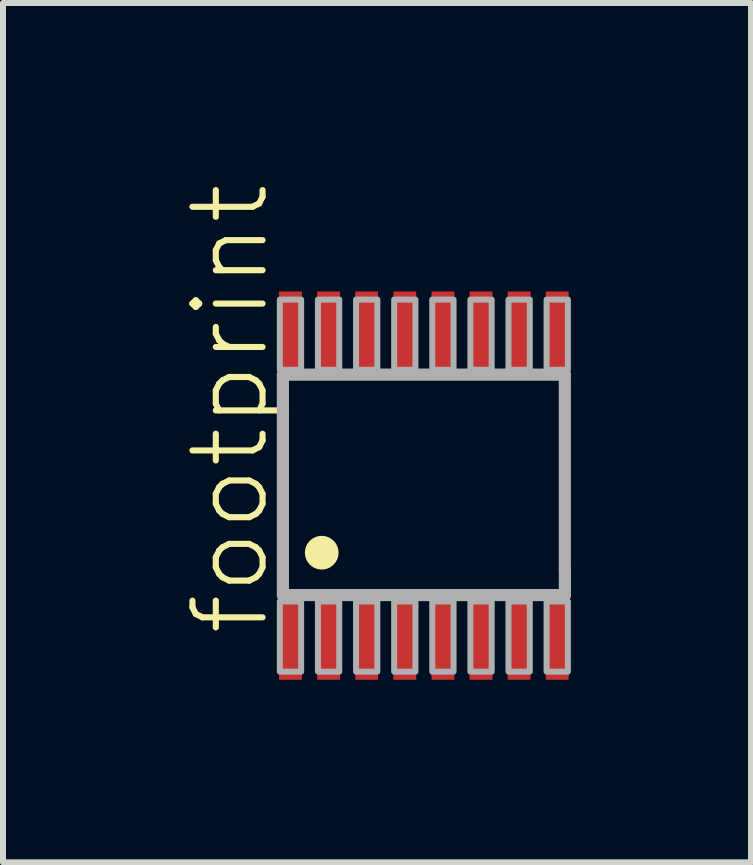
<source format=kicad_pcb>
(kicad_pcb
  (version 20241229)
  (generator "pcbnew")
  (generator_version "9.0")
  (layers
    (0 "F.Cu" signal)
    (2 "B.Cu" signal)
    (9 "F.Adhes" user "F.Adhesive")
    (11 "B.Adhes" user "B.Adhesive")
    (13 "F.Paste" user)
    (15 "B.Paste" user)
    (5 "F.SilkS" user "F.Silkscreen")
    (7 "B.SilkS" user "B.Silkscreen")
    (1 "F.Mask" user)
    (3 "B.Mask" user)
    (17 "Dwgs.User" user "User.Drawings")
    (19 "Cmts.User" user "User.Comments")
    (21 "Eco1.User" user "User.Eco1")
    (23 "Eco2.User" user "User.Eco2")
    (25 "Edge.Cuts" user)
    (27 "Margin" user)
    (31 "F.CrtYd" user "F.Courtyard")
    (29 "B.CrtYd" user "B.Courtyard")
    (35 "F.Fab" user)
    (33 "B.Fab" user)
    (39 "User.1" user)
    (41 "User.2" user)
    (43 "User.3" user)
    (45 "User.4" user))
  (footprint "footprint"
    (layer "F.Cu")
    (at 4.013 5.042)
    (property "Reference" "footprint" (at -2.54 2.54 90) (layer "F.SilkS") (effects (font (size 1.168 1.168) (thickness 0.102)) (justify left bottom)))
    (fp_poly (pts (xy -2.438 3.277) (xy -2.007 3.277) (xy -2.007 1.93) (xy -2.438 1.93)) (stroke (width 0) (type solid)) (fill yes) (layer "F.Mask"))
    (fp_poly (pts (xy -2.388 3.175) (xy -2.057 3.175) (xy -2.057 2.007) (xy -2.388 2.007)) (stroke (width 0) (type solid)) (fill yes) (layer "F.Mask"))
    (fp_poly (pts (xy -2.057 -3.175) (xy -2.388 -3.175) (xy -2.388 -2.007) (xy -2.057 -2.007)) (stroke (width 0) (type solid)) (fill yes) (layer "F.Mask"))
    (fp_poly (pts (xy -2.007 -3.277) (xy -2.438 -3.277) (xy -2.438 -1.93) (xy -2.007 -1.93)) (stroke (width 0) (type solid)) (fill yes) (layer "F.Mask"))
    (fp_poly (pts (xy -1.803 3.277) (xy -1.372 3.277) (xy -1.372 1.93) (xy -1.803 1.93)) (stroke (width 0) (type solid)) (fill yes) (layer "F.Mask"))
    (fp_poly (pts (xy -1.753 3.175) (xy -1.422 3.175) (xy -1.422 2.007) (xy -1.753 2.007)) (stroke (width 0) (type solid)) (fill yes) (layer "F.Mask"))
    (fp_poly (pts (xy -1.422 -3.175) (xy -1.753 -3.175) (xy -1.753 -2.007) (xy -1.422 -2.007)) (stroke (width 0) (type solid)) (fill yes) (layer "F.Mask"))
    (fp_poly (pts (xy -1.372 -3.277) (xy -1.803 -3.277) (xy -1.803 -1.93) (xy -1.372 -1.93)) (stroke (width 0) (type solid)) (fill yes) (layer "F.Mask"))
    (fp_poly (pts (xy -1.168 3.277) (xy -0.737 3.277) (xy -0.737 1.93) (xy -1.168 1.93)) (stroke (width 0) (type solid)) (fill yes) (layer "F.Mask"))
    (fp_poly (pts (xy -1.118 3.175) (xy -0.787 3.175) (xy -0.787 2.007) (xy -1.118 2.007)) (stroke (width 0) (type solid)) (fill yes) (layer "F.Mask"))
    (fp_poly (pts (xy -0.787 -3.175) (xy -1.118 -3.175) (xy -1.118 -2.007) (xy -0.787 -2.007)) (stroke (width 0) (type solid)) (fill yes) (layer "F.Mask"))
    (fp_poly (pts (xy -0.737 -3.277) (xy -1.168 -3.277) (xy -1.168 -1.93) (xy -0.737 -1.93)) (stroke (width 0) (type solid)) (fill yes) (layer "F.Mask"))
    (fp_poly (pts (xy -0.533 3.277) (xy -0.102 3.277) (xy -0.102 1.93) (xy -0.533 1.93)) (stroke (width 0) (type solid)) (fill yes) (layer "F.Mask"))
    (fp_poly (pts (xy -0.483 3.175) (xy -0.152 3.175) (xy -0.152 2.007) (xy -0.483 2.007)) (stroke (width 0) (type solid)) (fill yes) (layer "F.Mask"))
    (fp_poly (pts (xy -0.152 -3.175) (xy -0.483 -3.175) (xy -0.483 -2.007) (xy -0.152 -2.007)) (stroke (width 0) (type solid)) (fill yes) (layer "F.Mask"))
    (fp_poly (pts (xy -0.102 -3.277) (xy -0.533 -3.277) (xy -0.533 -1.93) (xy -0.102 -1.93)) (stroke (width 0) (type solid)) (fill yes) (layer "F.Mask"))
    (fp_poly (pts (xy 0.102 3.277) (xy 0.533 3.277) (xy 0.533 1.93) (xy 0.102 1.93)) (stroke (width 0) (type solid)) (fill yes) (layer "F.Mask"))
    (fp_poly (pts (xy 0.152 3.175) (xy 0.483 3.175) (xy 0.483 2.007) (xy 0.152 2.007)) (stroke (width 0) (type solid)) (fill yes) (layer "F.Mask"))
    (fp_poly (pts (xy 0.483 -3.175) (xy 0.152 -3.175) (xy 0.152 -2.007) (xy 0.483 -2.007)) (stroke (width 0) (type solid)) (fill yes) (layer "F.Mask"))
    (fp_poly (pts (xy 0.533 -3.277) (xy 0.102 -3.277) (xy 0.102 -1.93) (xy 0.533 -1.93)) (stroke (width 0) (type solid)) (fill yes) (layer "F.Mask"))
    (fp_poly (pts (xy 0.737 3.277) (xy 1.168 3.277) (xy 1.168 1.93) (xy 0.737 1.93)) (stroke (width 0) (type solid)) (fill yes) (layer "F.Mask"))
    (fp_poly (pts (xy 0.787 3.175) (xy 1.118 3.175) (xy 1.118 2.007) (xy 0.787 2.007)) (stroke (width 0) (type solid)) (fill yes) (layer "F.Mask"))
    (fp_poly (pts (xy 1.118 -3.175) (xy 0.787 -3.175) (xy 0.787 -2.007) (xy 1.118 -2.007)) (stroke (width 0) (type solid)) (fill yes) (layer "F.Mask"))
    (fp_poly (pts (xy 1.168 -3.277) (xy 0.737 -3.277) (xy 0.737 -1.93) (xy 1.168 -1.93)) (stroke (width 0) (type solid)) (fill yes) (layer "F.Mask"))
    (fp_poly (pts (xy 1.372 3.277) (xy 1.803 3.277) (xy 1.803 1.93) (xy 1.372 1.93)) (stroke (width 0) (type solid)) (fill yes) (layer "F.Mask"))
    (fp_poly (pts (xy 1.422 3.175) (xy 1.753 3.175) (xy 1.753 2.007) (xy 1.422 2.007)) (stroke (width 0) (type solid)) (fill yes) (layer "F.Mask"))
    (fp_poly (pts (xy 1.753 -3.175) (xy 1.422 -3.175) (xy 1.422 -2.007) (xy 1.753 -2.007)) (stroke (width 0) (type solid)) (fill yes) (layer "F.Mask"))
    (fp_poly (pts (xy 1.803 -3.277) (xy 1.372 -3.277) (xy 1.372 -1.93) (xy 1.803 -1.93)) (stroke (width 0) (type solid)) (fill yes) (layer "F.Mask"))
    (fp_poly (pts (xy 2.007 3.277) (xy 2.438 3.277) (xy 2.438 1.93) (xy 2.007 1.93)) (stroke (width 0) (type solid)) (fill yes) (layer "F.Mask"))
    (fp_poly (pts (xy 2.057 3.175) (xy 2.388 3.175) (xy 2.388 2.007) (xy 2.057 2.007)) (stroke (width 0) (type solid)) (fill yes) (layer "F.Mask"))
    (fp_poly (pts (xy 2.388 -3.175) (xy 2.057 -3.175) (xy 2.057 -2.007) (xy 2.388 -2.007)) (stroke (width 0) (type solid)) (fill yes) (layer "F.Mask"))
    (fp_poly (pts (xy 2.438 -3.277) (xy 2.007 -3.277) (xy 2.007 -1.93) (xy 2.438 -1.93)) (stroke (width 0) (type solid)) (fill yes) (layer "F.Mask"))
    (fp_circle (center -1.702 1.118) (end -1.562 1.118) (stroke (width 0.281) (type solid)) (fill yes) (layer "F.SilkS"))
    (fp_line (start -2.349 -1.849) (end 2.349 -1.849) (stroke (width 0.203) (type solid)) (layer "F.Fab"))
    (fp_line (start -2.349 1.824) (end -2.349 -1.849) (stroke (width 0.203) (type solid)) (layer "F.Fab"))
    (fp_line (start 2.349 -1.849) (end 2.349 1.4) (stroke (width 0.203) (type solid)) (layer "F.Fab"))
    (fp_line (start 2.349 1.824) (end -2.349 1.824) (stroke (width 0.203) (type solid)) (layer "F.Fab"))
    (fp_line (start 2.35 1.824) (end 2.35 1.4) (stroke (width 0.203) (type solid)) (layer "F.Fab"))
    (fp_poly (pts (xy -2.4 3.1) (xy -2.045 3.1) (xy -2.045 1.93) (xy -2.4 1.93)) (stroke (width 0.1) (type solid)) (fill no) (layer "F.Fab"))
    (fp_poly (pts (xy -2.045 -3.1) (xy -2.4 -3.1) (xy -2.4 -1.93) (xy -2.045 -1.93)) (stroke (width 0.1) (type solid)) (fill no) (layer "F.Fab"))
    (fp_poly (pts (xy -1.765 3.1) (xy -1.41 3.1) (xy -1.41 1.93) (xy -1.765 1.93)) (stroke (width 0.1) (type solid)) (fill no) (layer "F.Fab"))
    (fp_poly (pts (xy -1.41 -3.1) (xy -1.765 -3.1) (xy -1.765 -1.93) (xy -1.41 -1.93)) (stroke (width 0.1) (type solid)) (fill no) (layer "F.Fab"))
    (fp_poly (pts (xy -1.13 3.1) (xy -0.775 3.1) (xy -0.775 1.93) (xy -1.13 1.93)) (stroke (width 0.1) (type solid)) (fill no) (layer "F.Fab"))
    (fp_poly (pts (xy -0.775 -3.1) (xy -1.13 -3.1) (xy -1.13 -1.93) (xy -0.775 -1.93)) (stroke (width 0.1) (type solid)) (fill no) (layer "F.Fab"))
    (fp_poly (pts (xy -0.495 3.1) (xy -0.14 3.1) (xy -0.14 1.93) (xy -0.495 1.93)) (stroke (width 0.1) (type solid)) (fill no) (layer "F.Fab"))
    (fp_poly (pts (xy -0.14 -3.1) (xy -0.495 -3.1) (xy -0.495 -1.93) (xy -0.14 -1.93)) (stroke (width 0.1) (type solid)) (fill no) (layer "F.Fab"))
    (fp_poly (pts (xy 0.14 3.1) (xy 0.495 3.1) (xy 0.495 1.93) (xy 0.14 1.93)) (stroke (width 0.1) (type solid)) (fill no) (layer "F.Fab"))
    (fp_poly (pts (xy 0.495 -3.1) (xy 0.14 -3.1) (xy 0.14 -1.93) (xy 0.495 -1.93)) (stroke (width 0.1) (type solid)) (fill no) (layer "F.Fab"))
    (fp_poly (pts (xy 0.775 3.1) (xy 1.13 3.1) (xy 1.13 1.93) (xy 0.775 1.93)) (stroke (width 0.1) (type solid)) (fill no) (layer "F.Fab"))
    (fp_poly (pts (xy 1.13 -3.1) (xy 0.775 -3.1) (xy 0.775 -1.93) (xy 1.13 -1.93)) (stroke (width 0.1) (type solid)) (fill no) (layer "F.Fab"))
    (fp_poly (pts (xy 1.41 3.1) (xy 1.765 3.1) (xy 1.765 1.93) (xy 1.41 1.93)) (stroke (width 0.1) (type solid)) (fill no) (layer "F.Fab"))
    (fp_poly (pts (xy 1.765 -3.1) (xy 1.41 -3.1) (xy 1.41 -1.93) (xy 1.765 -1.93)) (stroke (width 0.1) (type solid)) (fill no) (layer "F.Fab"))
    (fp_poly (pts (xy 2.045 3.1) (xy 2.4 3.1) (xy 2.4 1.93) (xy 2.045 1.93)) (stroke (width 0.1) (type solid)) (fill no) (layer "F.Fab"))
    (fp_poly (pts (xy 2.4 -3.1) (xy 2.045 -3.1) (xy 2.045 -1.93) (xy 2.4 -1.93)) (stroke (width 0.1) (type solid)) (fill no) (layer "F.Fab"))
    (pad "1" smd rect (at -2.223 2.6) (size 0.381 1.27) (layers "F.Cu"))
    (pad "2" smd rect (at -1.587 2.6) (size 0.381 1.27) (layers "F.Cu"))
    (pad "3" smd rect (at -0.953 2.6) (size 0.381 1.27) (layers "F.Cu"))
    (pad "4" smd rect (at -0.318 2.6) (size 0.381 1.27) (layers "F.Cu"))
    (pad "5" smd rect (at 0.318 2.6) (size 0.381 1.27) (layers "F.Cu"))
    (pad "6" smd rect (at 0.953 2.6) (size 0.381 1.27) (layers "F.Cu"))
    (pad "7" smd rect (at 1.587 2.6) (size 0.381 1.27) (layers "F.Cu"))
    (pad "8" smd rect (at 2.223 2.6) (size 0.381 1.27) (layers "F.Cu"))
    (pad "9" smd rect (at 2.223 -2.6) (size 0.381 1.27) (layers "F.Cu"))
    (pad "10" smd rect (at 1.587 -2.6) (size 0.381 1.27) (layers "F.Cu"))
    (pad "11" smd rect (at 0.953 -2.6) (size 0.381 1.27) (layers "F.Cu"))
    (pad "12" smd rect (at 0.318 -2.6) (size 0.381 1.27) (layers "F.Cu"))
    (pad "13" smd rect (at -0.318 -2.6) (size 0.381 1.27) (layers "F.Cu"))
    (pad "14" smd rect (at -0.953 -2.6) (size 0.381 1.27) (layers "F.Cu"))
    (pad "15" smd rect (at -1.587 -2.6) (size 0.381 1.27) (layers "F.Cu"))
    (pad "16" smd rect (at -2.223 -2.6) (size 0.381 1.27) (layers "F.Cu")))
  (gr_rect
    (start -3 -3)
    (end 9.465 11.319)
    (stroke (width 0.1) (type default))
    (fill no)
    (layer "Edge.Cuts")))
</source>
